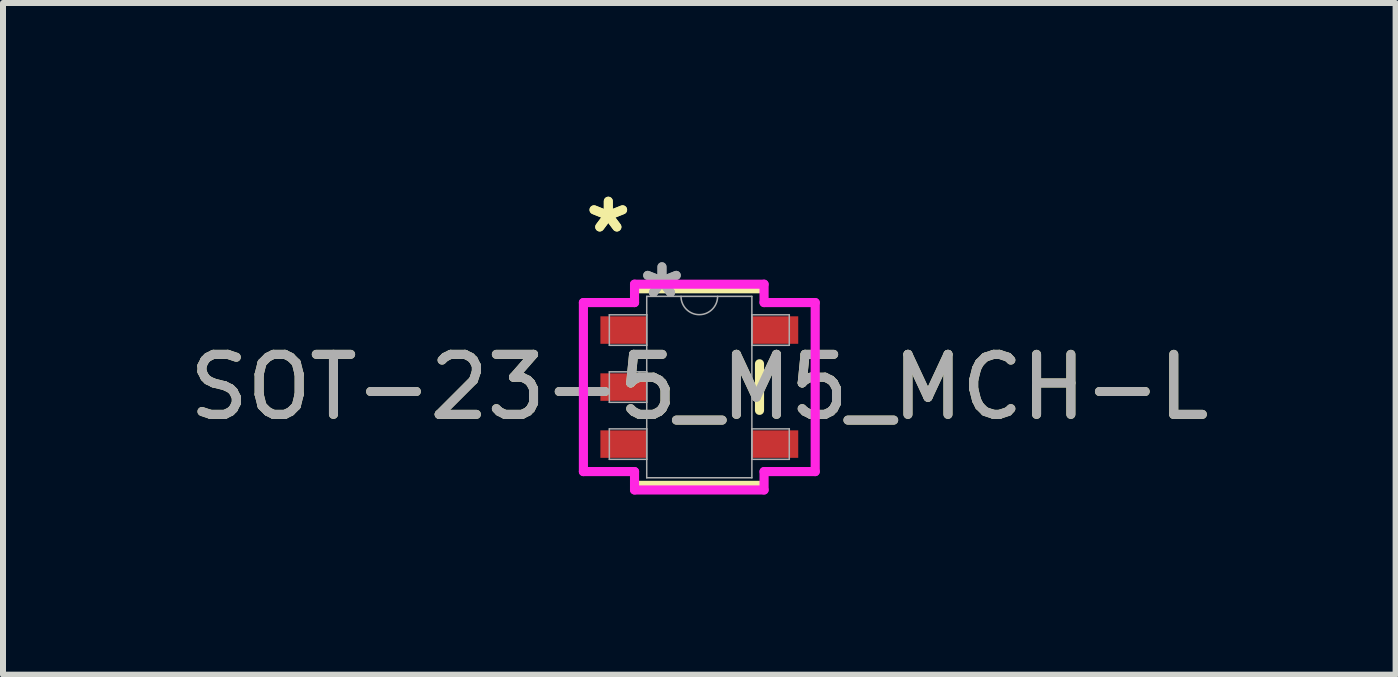
<source format=kicad_pcb>
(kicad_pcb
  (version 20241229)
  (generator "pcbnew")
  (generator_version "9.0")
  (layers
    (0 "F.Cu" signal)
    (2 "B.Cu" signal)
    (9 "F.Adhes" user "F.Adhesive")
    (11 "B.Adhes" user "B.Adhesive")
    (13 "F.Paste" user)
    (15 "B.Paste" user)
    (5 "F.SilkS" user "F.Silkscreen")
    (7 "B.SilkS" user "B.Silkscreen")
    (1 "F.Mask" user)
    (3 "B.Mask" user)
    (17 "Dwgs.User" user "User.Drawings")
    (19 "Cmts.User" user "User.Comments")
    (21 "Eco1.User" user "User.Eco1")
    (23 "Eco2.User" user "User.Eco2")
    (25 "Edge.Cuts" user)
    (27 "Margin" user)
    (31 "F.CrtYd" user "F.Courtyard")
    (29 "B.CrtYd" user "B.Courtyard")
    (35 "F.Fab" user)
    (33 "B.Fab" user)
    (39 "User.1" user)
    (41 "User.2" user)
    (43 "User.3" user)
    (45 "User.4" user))
  (footprint "SOT-23-5_M5_MCH-L"
    (layer "F.Cu")
    (at 8.601 3.399)
    (property "Reference" "SOT-23-5_M5_MCH-L" (at 0 0 0) (unlocked yes) (layer "F.SilkS") (effects (font (size 1 1) (thickness 0.15))))
    (attr smd)
    (fp_line (start -1.003 1.638) (end 1.003 1.638) (stroke (width 0.152) (type solid)) (layer "F.SilkS"))
    (fp_line (start 1.003 -1.638) (end -1.003 -1.638) (stroke (width 0.152) (type solid)) (layer "F.SilkS"))
    (fp_line (start 1.003 0.388) (end 1.003 -0.388) (stroke (width 0.152) (type solid)) (layer "F.SilkS"))
    (fp_line (start -1.931 -1.408) (end -1.079 -1.408) (stroke (width 0.152) (type solid)) (layer "F.CrtYd"))
    (fp_line (start -1.931 1.408) (end -1.931 -1.408) (stroke (width 0.152) (type solid)) (layer "F.CrtYd"))
    (fp_line (start -1.079 -1.714) (end 1.079 -1.714) (stroke (width 0.152) (type solid)) (layer "F.CrtYd"))
    (fp_line (start -1.079 -1.408) (end -1.079 -1.714) (stroke (width 0.152) (type solid)) (layer "F.CrtYd"))
    (fp_line (start -1.079 1.408) (end -1.931 1.408) (stroke (width 0.152) (type solid)) (layer "F.CrtYd"))
    (fp_line (start -1.079 1.714) (end -1.079 1.408) (stroke (width 0.152) (type solid)) (layer "F.CrtYd"))
    (fp_line (start 1.079 -1.714) (end 1.079 -1.408) (stroke (width 0.152) (type solid)) (layer "F.CrtYd"))
    (fp_line (start 1.079 -1.408) (end 1.931 -1.408) (stroke (width 0.152) (type solid)) (layer "F.CrtYd"))
    (fp_line (start 1.079 1.408) (end 1.079 1.714) (stroke (width 0.152) (type solid)) (layer "F.CrtYd"))
    (fp_line (start 1.079 1.714) (end -1.079 1.714) (stroke (width 0.152) (type solid)) (layer "F.CrtYd"))
    (fp_line (start 1.931 -1.408) (end 1.931 1.408) (stroke (width 0.152) (type solid)) (layer "F.CrtYd"))
    (fp_line (start 1.931 1.408) (end 1.079 1.408) (stroke (width 0.152) (type solid)) (layer "F.CrtYd"))
    (fp_line (start -1.499 -1.204) (end -1.499 -0.696) (stroke (width 0.025) (type solid)) (layer "F.Fab"))
    (fp_line (start -1.499 -0.696) (end -0.876 -0.696) (stroke (width 0.025) (type solid)) (layer "F.Fab"))
    (fp_line (start -1.499 -0.254) (end -1.499 0.254) (stroke (width 0.025) (type solid)) (layer "F.Fab"))
    (fp_line (start -1.499 0.254) (end -0.876 0.254) (stroke (width 0.025) (type solid)) (layer "F.Fab"))
    (fp_line (start -1.499 0.696) (end -1.499 1.204) (stroke (width 0.025) (type solid)) (layer "F.Fab"))
    (fp_line (start -1.499 1.204) (end -0.876 1.204) (stroke (width 0.025) (type solid)) (layer "F.Fab"))
    (fp_line (start -0.876 -1.511) (end -0.876 1.511) (stroke (width 0.025) (type solid)) (layer "F.Fab"))
    (fp_line (start -0.876 -1.204) (end -1.499 -1.204) (stroke (width 0.025) (type solid)) (layer "F.Fab"))
    (fp_line (start -0.876 -0.696) (end -0.876 -1.204) (stroke (width 0.025) (type solid)) (layer "F.Fab"))
    (fp_line (start -0.876 -0.254) (end -1.499 -0.254) (stroke (width 0.025) (type solid)) (layer "F.Fab"))
    (fp_line (start -0.876 0.254) (end -0.876 -0.254) (stroke (width 0.025) (type solid)) (layer "F.Fab"))
    (fp_line (start -0.876 0.696) (end -1.499 0.696) (stroke (width 0.025) (type solid)) (layer "F.Fab"))
    (fp_line (start -0.876 1.204) (end -0.876 0.696) (stroke (width 0.025) (type solid)) (layer "F.Fab"))
    (fp_line (start -0.876 1.511) (end 0.876 1.511) (stroke (width 0.025) (type solid)) (layer "F.Fab"))
    (fp_line (start 0.876 -1.511) (end -0.876 -1.511) (stroke (width 0.025) (type solid)) (layer "F.Fab"))
    (fp_line (start 0.876 -1.204) (end 0.876 -0.696) (stroke (width 0.025) (type solid)) (layer "F.Fab"))
    (fp_line (start 0.876 -0.696) (end 1.499 -0.696) (stroke (width 0.025) (type solid)) (layer "F.Fab"))
    (fp_line (start 0.876 0.696) (end 0.876 1.204) (stroke (width 0.025) (type solid)) (layer "F.Fab"))
    (fp_line (start 0.876 1.204) (end 1.499 1.204) (stroke (width 0.025) (type solid)) (layer "F.Fab"))
    (fp_line (start 0.876 1.511) (end 0.876 -1.511) (stroke (width 0.025) (type solid)) (layer "F.Fab"))
    (fp_line (start 1.499 -1.204) (end 0.876 -1.204) (stroke (width 0.025) (type solid)) (layer "F.Fab"))
    (fp_line (start 1.499 -0.696) (end 1.499 -1.204) (stroke (width 0.025) (type solid)) (layer "F.Fab"))
    (fp_line (start 1.499 0.696) (end 0.876 0.696) (stroke (width 0.025) (type solid)) (layer "F.Fab"))
    (fp_line (start 1.499 1.204) (end 1.499 0.696) (stroke (width 0.025) (type solid)) (layer "F.Fab"))
    (fp_arc (start 0.3048 -1.5113) (mid 0 -1.2065) (end -0.3048 -1.5113) (stroke (width 0.0254) (type solid)) (layer "F.Fab"))
    (fp_text user "*" (at -1.516 -2.551 0) (layer "F.SilkS") (effects (font (size 1 1) (thickness 0.15))))
    (fp_text user "*" (at -1.516 -2.551 0) (unlocked yes) (layer "F.SilkS") (effects (font (size 1 1) (thickness 0.15))))
    (fp_text user "${REFERENCE}" (at 0 0 0) (unlocked yes) (layer "F.Fab") (effects (font (size 1 1) (thickness 0.15))))
    (fp_text user "*" (at -0.622 -1.459 0) (layer "F.Fab") (effects (font (size 1 1) (thickness 0.15))))
    (fp_text user "*" (at -0.622 -1.459 0) (unlocked yes) (layer "F.Fab") (effects (font (size 1 1) (thickness 0.15))))
    (pad "1" smd rect (at -1.262 -0.95) (size 0.772 0.458) (layers "F.Cu" "F.Mask" "F.Paste"))
    (pad "2" smd rect (at -1.262 0) (size 0.772 0.458) (layers "F.Cu" "F.Mask" "F.Paste"))
    (pad "3" smd rect (at -1.262 0.95) (size 0.772 0.458) (layers "F.Cu" "F.Mask" "F.Paste"))
    (pad "4" smd rect (at 1.262 0.95) (size 0.772 0.458) (layers "F.Cu" "F.Mask" "F.Paste"))
    (pad "5" smd rect (at 1.262 -0.95) (size 0.772 0.458) (layers "F.Cu" "F.Mask" "F.Paste")))
  (gr_rect
    (start -3 -3)
    (end 20.202 8.19)
    (stroke (width 0.1) (type default))
    (fill no)
    (layer "Edge.Cuts")))
</source>
